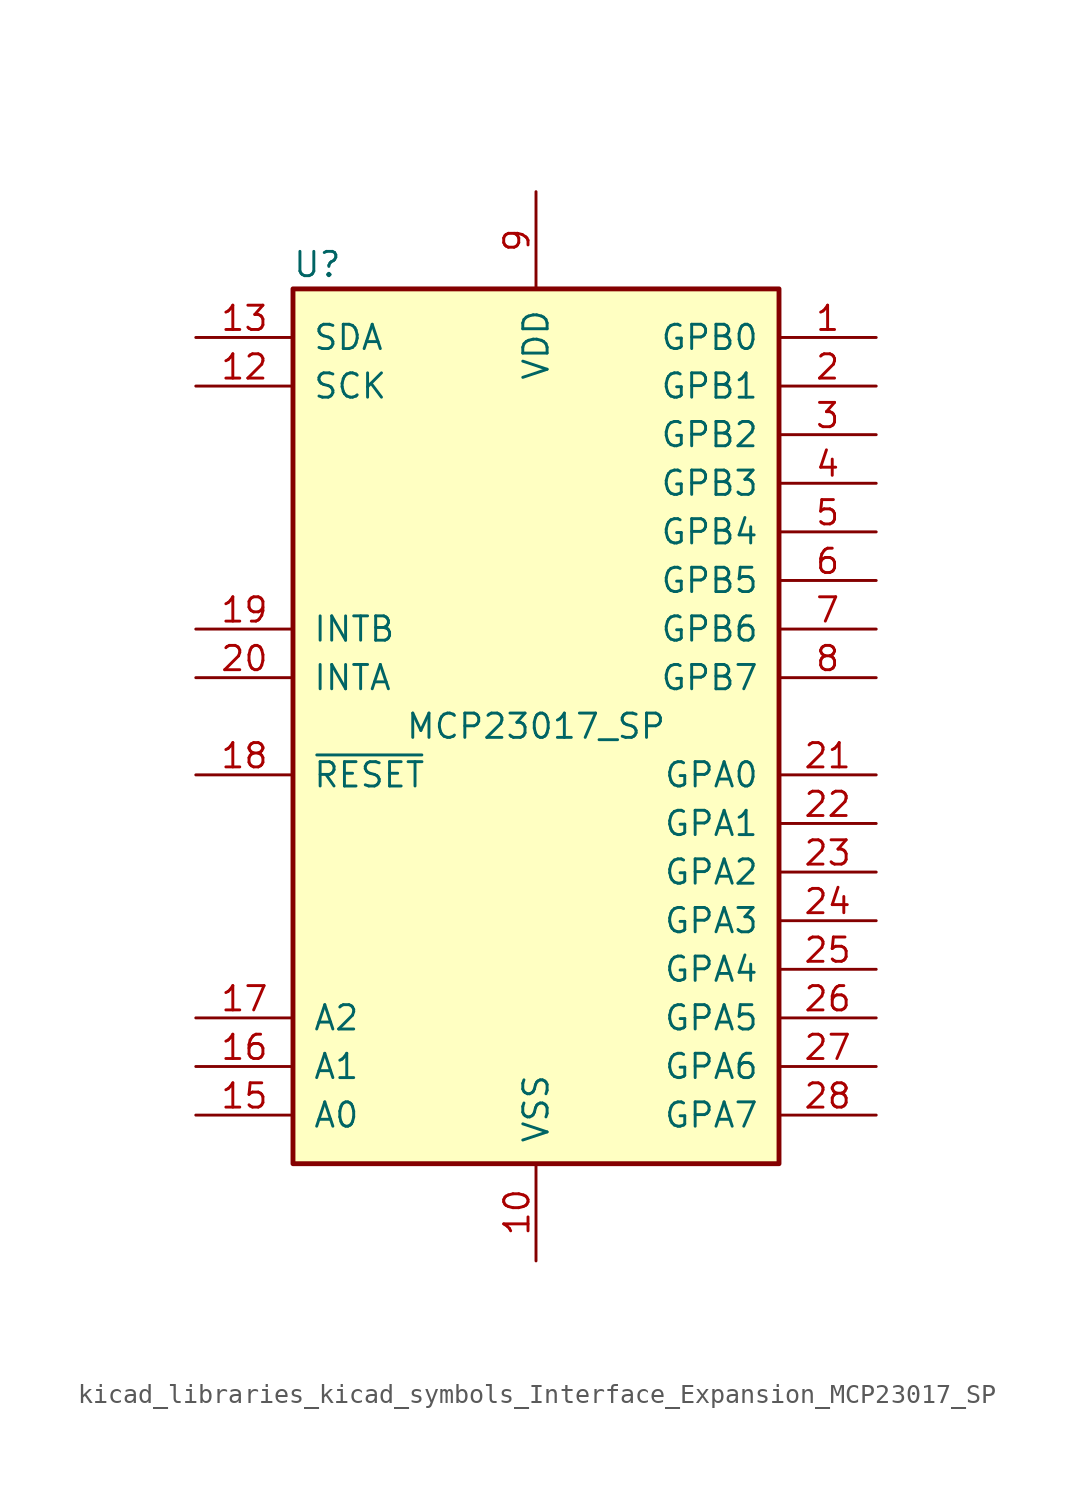
<source format=kicad_sym>
(kicad_symbol_lib
  (version 20220914)
  (generator kicad_symbol_editor)
  (symbol "kicad_libraries_kicad_symbols_Interface_Expansion_MCP23017_SP"
    (pin_names
      (offset 1.016))
    (property "Reference" "U"
      (at -11.43 24.13 0)
      (effects (font (size 1.27 1.27))))
    (property "Value" "MCP23017_SP"
      (at 0 0 0)
      (effects (font (size 1.27 1.27))))
    (symbol "kicad_libraries_kicad_symbols_Interface_Expansion_MCP23017_SP_0_1"
      (rectangle (start -12.7 22.86) (end 12.7 -22.86) (stroke (width 0.254) (type default)) (fill (type background))))
    (symbol "kicad_libraries_kicad_symbols_Interface_Expansion_MCP23017_SP_1_1"
      (pin bidirectional line (at 17.78 20.32 180) (length 5.08) (name "GPB0" (effects (font (size 1.27 1.27)))) (number "1" (effects (font (size 1.27 1.27)))))
      (pin power_in line (at 0 -27.94 90) (length 5.08) (name "VSS" (effects (font (size 1.27 1.27)))) (number "10" (effects (font (size 1.27 1.27)))))
      (pin no_connect line (at -12.7 15.24 0) (length 5.08) hide (name "NC" (effects (font (size 1.27 1.27)))) (number "11" (effects (font (size 1.27 1.27)))))
      (pin input line (at -17.78 17.78 0) (length 5.08) (name "SCK" (effects (font (size 1.27 1.27)))) (number "12" (effects (font (size 1.27 1.27)))))
      (pin bidirectional line (at -17.78 20.32 0) (length 5.08) (name "SDA" (effects (font (size 1.27 1.27)))) (number "13" (effects (font (size 1.27 1.27)))))
      (pin no_connect line (at -12.7 12.7 0) (length 5.08) hide (name "NC" (effects (font (size 1.27 1.27)))) (number "14" (effects (font (size 1.27 1.27)))))
      (pin input line (at -17.78 -20.32 0) (length 5.08) (name "A0" (effects (font (size 1.27 1.27)))) (number "15" (effects (font (size 1.27 1.27)))))
      (pin input line (at -17.78 -17.78 0) (length 5.08) (name "A1" (effects (font (size 1.27 1.27)))) (number "16" (effects (font (size 1.27 1.27)))))
      (pin input line (at -17.78 -15.24 0) (length 5.08) (name "A2" (effects (font (size 1.27 1.27)))) (number "17" (effects (font (size 1.27 1.27)))))
      (pin input line (at -17.78 -2.54 0) (length 5.08) (name "~{RESET}" (effects (font (size 1.27 1.27)))) (number "18" (effects (font (size 1.27 1.27)))))
      (pin tri_state line (at -17.78 5.08 0) (length 5.08) (name "INTB" (effects (font (size 1.27 1.27)))) (number "19" (effects (font (size 1.27 1.27)))))
      (pin bidirectional line (at 17.78 17.78 180) (length 5.08) (name "GPB1" (effects (font (size 1.27 1.27)))) (number "2" (effects (font (size 1.27 1.27)))))
      (pin tri_state line (at -17.78 2.54 0) (length 5.08) (name "INTA" (effects (font (size 1.27 1.27)))) (number "20" (effects (font (size 1.27 1.27)))))
      (pin bidirectional line (at 17.78 -2.54 180) (length 5.08) (name "GPA0" (effects (font (size 1.27 1.27)))) (number "21" (effects (font (size 1.27 1.27)))))
      (pin bidirectional line (at 17.78 -5.08 180) (length 5.08) (name "GPA1" (effects (font (size 1.27 1.27)))) (number "22" (effects (font (size 1.27 1.27)))))
      (pin bidirectional line (at 17.78 -7.62 180) (length 5.08) (name "GPA2" (effects (font (size 1.27 1.27)))) (number "23" (effects (font (size 1.27 1.27)))))
      (pin bidirectional line (at 17.78 -10.16 180) (length 5.08) (name "GPA3" (effects (font (size 1.27 1.27)))) (number "24" (effects (font (size 1.27 1.27)))))
      (pin bidirectional line (at 17.78 -12.7 180) (length 5.08) (name "GPA4" (effects (font (size 1.27 1.27)))) (number "25" (effects (font (size 1.27 1.27)))))
      (pin bidirectional line (at 17.78 -15.24 180) (length 5.08) (name "GPA5" (effects (font (size 1.27 1.27)))) (number "26" (effects (font (size 1.27 1.27)))))
      (pin bidirectional line (at 17.78 -17.78 180) (length 5.08) (name "GPA6" (effects (font (size 1.27 1.27)))) (number "27" (effects (font (size 1.27 1.27)))))
      (pin bidirectional line (at 17.78 -20.32 180) (length 5.08) (name "GPA7" (effects (font (size 1.27 1.27)))) (number "28" (effects (font (size 1.27 1.27)))))
      (pin bidirectional line (at 17.78 15.24 180) (length 5.08) (name "GPB2" (effects (font (size 1.27 1.27)))) (number "3" (effects (font (size 1.27 1.27)))))
      (pin bidirectional line (at 17.78 12.7 180) (length 5.08) (name "GPB3" (effects (font (size 1.27 1.27)))) (number "4" (effects (font (size 1.27 1.27)))))
      (pin bidirectional line (at 17.78 10.16 180) (length 5.08) (name "GPB4" (effects (font (size 1.27 1.27)))) (number "5" (effects (font (size 1.27 1.27)))))
      (pin bidirectional line (at 17.78 7.62 180) (length 5.08) (name "GPB5" (effects (font (size 1.27 1.27)))) (number "6" (effects (font (size 1.27 1.27)))))
      (pin bidirectional line (at 17.78 5.08 180) (length 5.08) (name "GPB6" (effects (font (size 1.27 1.27)))) (number "7" (effects (font (size 1.27 1.27)))))
      (pin bidirectional line (at 17.78 2.54 180) (length 5.08) (name "GPB7" (effects (font (size 1.27 1.27)))) (number "8" (effects (font (size 1.27 1.27)))))
      (pin power_in line (at 0 27.94 270) (length 5.08) (name "VDD" (effects (font (size 1.27 1.27)))) (number "9" (effects (font (size 1.27 1.27))))))))
</source>
